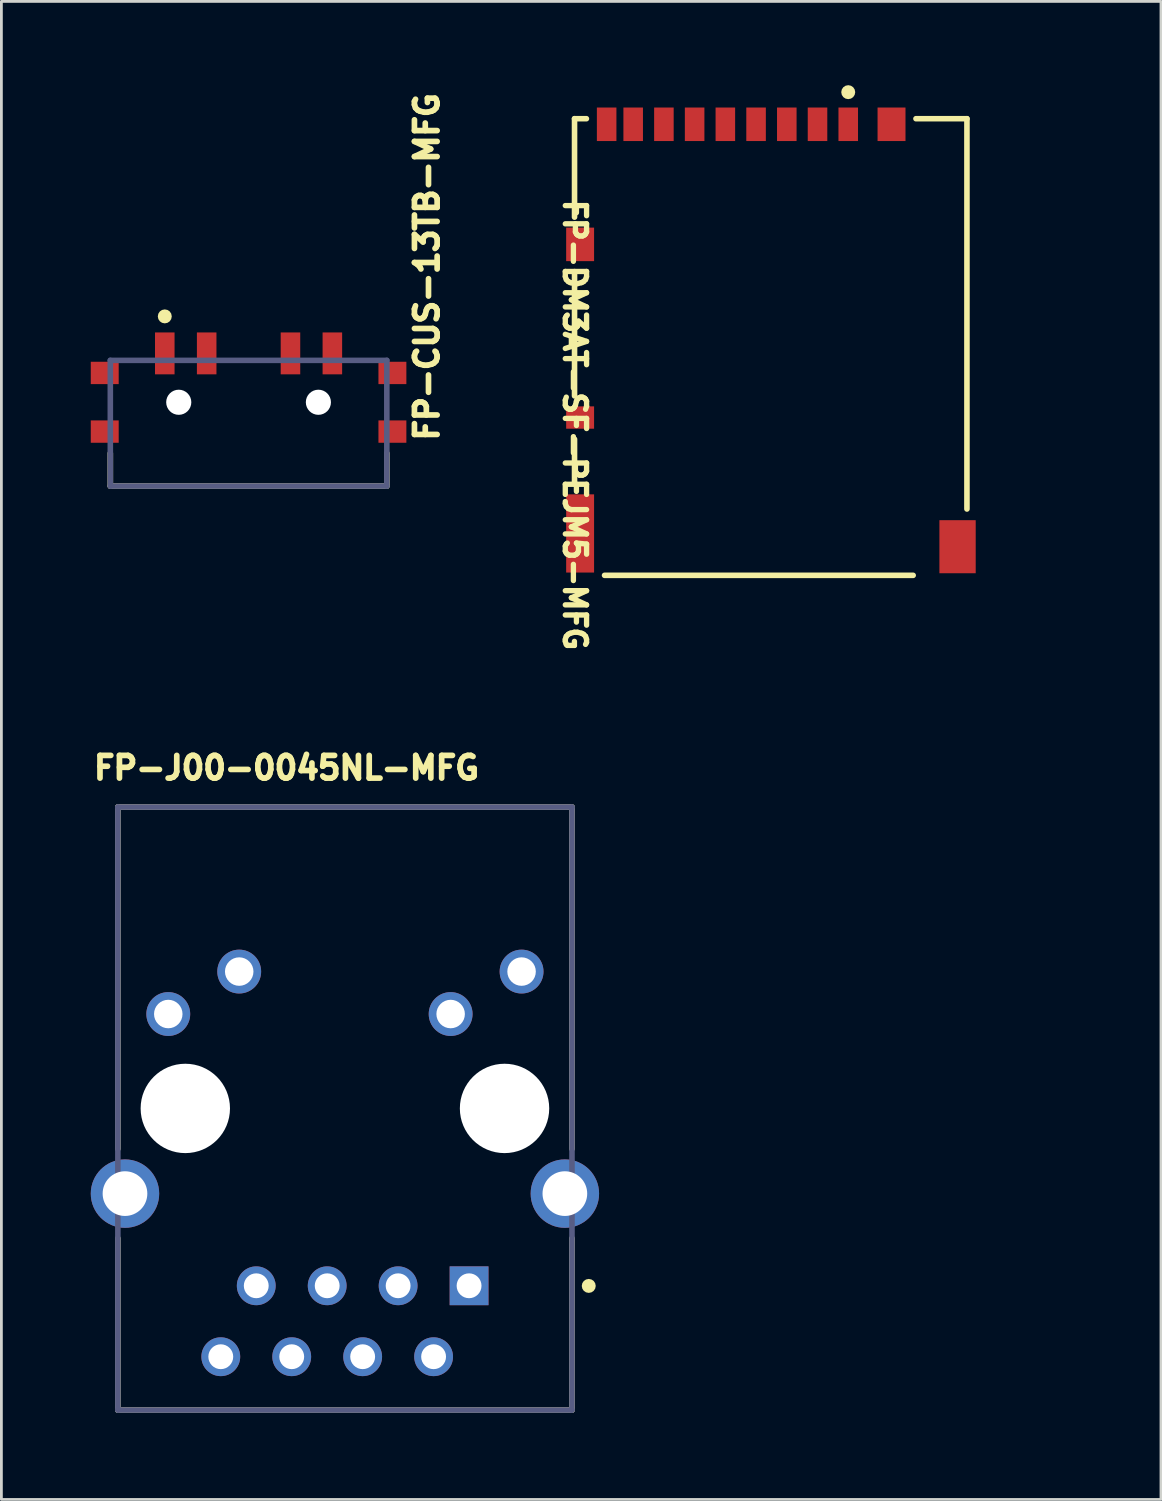
<source format=kicad_pcb>
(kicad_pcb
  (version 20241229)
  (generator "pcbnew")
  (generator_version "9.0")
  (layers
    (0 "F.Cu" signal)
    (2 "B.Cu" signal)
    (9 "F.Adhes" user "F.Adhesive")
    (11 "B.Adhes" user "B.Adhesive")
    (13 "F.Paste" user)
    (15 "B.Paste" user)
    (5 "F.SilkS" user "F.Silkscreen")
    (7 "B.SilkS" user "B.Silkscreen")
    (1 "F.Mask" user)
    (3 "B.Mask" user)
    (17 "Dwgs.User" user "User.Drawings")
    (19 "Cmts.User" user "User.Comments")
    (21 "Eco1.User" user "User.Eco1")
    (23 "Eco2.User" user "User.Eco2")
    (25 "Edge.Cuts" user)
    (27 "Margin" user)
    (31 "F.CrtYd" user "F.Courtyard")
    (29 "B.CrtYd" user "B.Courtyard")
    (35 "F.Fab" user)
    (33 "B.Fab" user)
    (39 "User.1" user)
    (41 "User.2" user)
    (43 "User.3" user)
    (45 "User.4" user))
  (footprint "FP-CUS-13TB-MFG"
    (layer "F.Cu")
    (at 5.85 12.103)
    (property "Reference" "FP-CUS-13TB-MFG" (at 6.862 0.729 90) (unlocked yes) (layer "F.SilkS") (effects (font (size 0.813 0.813) (thickness 0.203)) (justify left bottom)))
    (fp_line (start -4.95 2.25) (end -4.95 1.075) (stroke (width 0.2) (type solid)) (layer "F.SilkS"))
    (fp_line (start 4.95 2.25) (end -4.95 2.25) (stroke (width 0.2) (type solid)) (layer "F.SilkS"))
    (fp_line (start 4.95 2.25) (end 4.95 1.075) (stroke (width 0.2) (type solid)) (layer "F.SilkS"))
    (fp_circle (center -3 -3.825) (end -3.125 -3.825) (stroke (width 0.25) (type solid)) (fill no) (layer "F.SilkS"))
    (fp_line (start -5.75 2.35) (end -5.75 -3.35) (stroke (width 0.2) (type solid)) (layer "Eco1.User"))
    (fp_line (start 0 0.5) (end 0 -0.5) (stroke (width 0.1) (type solid)) (layer "Eco1.User"))
    (fp_line (start 0.5 0) (end -0.5 0) (stroke (width 0.1) (type solid)) (layer "Eco1.User"))
    (fp_line (start 5.75 -3.35) (end -5.75 -3.35) (stroke (width 0.2) (type solid)) (layer "Eco1.User"))
    (fp_line (start 5.75 2.35) (end -5.75 2.35) (stroke (width 0.2) (type solid)) (layer "Eco1.User"))
    (fp_line (start 5.75 2.35) (end 5.75 -3.35) (stroke (width 0.2) (type solid)) (layer "Eco1.User"))
    (fp_line (start -4.95 2.25) (end -4.95 -2.25) (stroke (width 0.2) (type solid)) (layer "B.Fab"))
    (fp_line (start 4.95 -2.25) (end -4.95 -2.25) (stroke (width 0.2) (type solid)) (layer "B.Fab"))
    (fp_line (start 4.95 2.25) (end -4.95 2.25) (stroke (width 0.2) (type solid)) (layer "B.Fab"))
    (fp_line (start 4.95 2.25) (end 4.95 -2.25) (stroke (width 0.2) (type solid)) (layer "B.Fab"))
    (fp_line (start -5.75 2.35) (end -5.75 -3.35) (stroke (width 0.2) (type solid)) (layer "User.5"))
    (fp_line (start 5.75 -3.35) (end -5.75 -3.35) (stroke (width 0.2) (type solid)) (layer "User.5"))
    (fp_line (start 5.75 2.35) (end -5.75 2.35) (stroke (width 0.2) (type solid)) (layer "User.5"))
    (fp_line (start 5.75 2.35) (end 5.75 -3.35) (stroke (width 0.2) (type solid)) (layer "User.5"))
    (fp_text user "${REFERENCE}" (at 0 -0.323 0) (unlocked yes) (layer "User.5") (effects (font (face "Arial") (size 0.63 0.63) (thickness 0.1)) (justify left bottom)))
    (pad "" np_thru_hole circle (at -2.5 -0.75) (size 0.9 0.9) (drill 0.9) (layers "*.Cu" "*.Mask"))
    (pad "" np_thru_hole circle (at 2.5 -0.75) (size 0.9 0.9) (drill 0.9) (layers "*.Cu" "*.Mask"))
    (pad "1" smd rect (at -3 -2.5) (size 0.7 1.5) (layers "F.Cu" "F.Mask" "F.Paste"))
    (pad "2" smd rect (at -1.5 -2.5) (size 0.7 1.5) (layers "F.Cu" "F.Mask" "F.Paste"))
    (pad "3" smd rect (at 1.5 -2.5) (size 0.7 1.5) (layers "F.Cu" "F.Mask" "F.Paste"))
    (pad "4" smd rect (at 3 -2.5) (size 0.7 1.5) (layers "F.Cu" "F.Mask" "F.Paste"))
    (pad "5" smd rect (at -5.15 -1.8) (size 1 0.8) (layers "F.Cu" "F.Mask" "F.Paste"))
    (pad "6" smd rect (at 5.15 -1.8) (size 1 0.8) (layers "F.Cu" "F.Mask" "F.Paste"))
    (pad "7" smd rect (at -5.15 0.3) (size 1 0.8) (layers "F.Cu" "F.Mask" "F.Paste"))
    (pad "8" smd rect (at 5.15 0.3) (size 1 0.8) (layers "F.Cu" "F.Mask" "F.Paste")))
  (footprint "FP-J00-0045NL-MFG"
    (layer "F.Cu")
    (at 9.3 36.642)
    (property "Reference" "FP-J00-0045NL-MFG" (at -9.097 -11.722 0) (unlocked yes) (layer "F.SilkS") (effects (font (size 0.813 0.813) (thickness 0.203)) (justify left bottom)))
    (fp_line (start -8.13 1.445) (end -8.13 -10.795) (stroke (width 0.2) (type solid)) (layer "F.SilkS"))
    (fp_line (start -8.13 10.795) (end -8.13 4.645) (stroke (width 0.2) (type solid)) (layer "F.SilkS"))
    (fp_line (start 8.13 -10.795) (end -8.13 -10.795) (stroke (width 0.2) (type solid)) (layer "F.SilkS"))
    (fp_line (start 8.13 1.445) (end 8.13 -10.795) (stroke (width 0.2) (type solid)) (layer "F.SilkS"))
    (fp_line (start 8.13 10.795) (end -8.13 10.795) (stroke (width 0.2) (type solid)) (layer "F.SilkS"))
    (fp_line (start 8.13 10.795) (end 8.13 4.645) (stroke (width 0.2) (type solid)) (layer "F.SilkS"))
    (fp_circle (center 8.73 6.35) (end 8.605 6.35) (stroke (width 0.25) (type solid)) (fill no) (layer "F.SilkS"))
    (fp_line (start -9.2 10.895) (end -9.2 -10.895) (stroke (width 0.2) (type solid)) (layer "Eco1.User"))
    (fp_line (start 0 0.5) (end 0 -0.5) (stroke (width 0.1) (type solid)) (layer "Eco1.User"))
    (fp_line (start 0.5 0) (end -0.5 0) (stroke (width 0.1) (type solid)) (layer "Eco1.User"))
    (fp_line (start 9.2 -10.895) (end -9.2 -10.895) (stroke (width 0.2) (type solid)) (layer "Eco1.User"))
    (fp_line (start 9.2 10.895) (end -9.2 10.895) (stroke (width 0.2) (type solid)) (layer "Eco1.User"))
    (fp_line (start 9.2 10.895) (end 9.2 -10.895) (stroke (width 0.2) (type solid)) (layer "Eco1.User"))
    (fp_line (start -8.13 10.795) (end -8.13 -10.795) (stroke (width 0.2) (type solid)) (layer "B.Fab"))
    (fp_line (start 8.13 -10.795) (end -8.13 -10.795) (stroke (width 0.2) (type solid)) (layer "B.Fab"))
    (fp_line (start 8.13 10.795) (end -8.13 10.795) (stroke (width 0.2) (type solid)) (layer "B.Fab"))
    (fp_line (start 8.13 10.795) (end 8.13 -10.795) (stroke (width 0.2) (type solid)) (layer "B.Fab"))
    (fp_line (start -9.2 10.895) (end -9.2 -10.895) (stroke (width 0.2) (type solid)) (layer "User.5"))
    (fp_line (start 9.2 -10.895) (end -9.2 -10.895) (stroke (width 0.2) (type solid)) (layer "User.5"))
    (fp_line (start 9.2 10.895) (end -9.2 10.895) (stroke (width 0.2) (type solid)) (layer "User.5"))
    (fp_line (start 9.2 10.895) (end 9.2 -10.895) (stroke (width 0.2) (type solid)) (layer "User.5"))
    (fp_text user "${REFERENCE}" (at -0.002 0.177 0) (unlocked yes) (layer "User.5") (effects (font (face "Arial") (size 0.63 0.63) (thickness 0.1)) (justify left bottom)))
    (pad "" np_thru_hole circle (at -5.715 -0.005) (size 3.2 3.2) (drill 3.2) (layers "*.Cu" "*.Mask"))
    (pad "" np_thru_hole circle (at 5.715 -0.005) (size 3.2 3.2) (drill 3.2) (layers "*.Cu" "*.Mask"))
    (pad "1" thru_hole rect (at 4.445 6.345) (size 1.39 1.39) (drill 0.89) (layers "*.Cu" "*.Mask"))
    (pad "2" thru_hole circle (at 3.175 8.885) (size 1.39 1.39) (drill 0.89) (layers "*.Cu" "*.Mask"))
    (pad "3" thru_hole circle (at 1.905 6.345) (size 1.39 1.39) (drill 0.89) (layers "*.Cu" "*.Mask"))
    (pad "4" thru_hole circle (at 0.635 8.885) (size 1.39 1.39) (drill 0.89) (layers "*.Cu" "*.Mask"))
    (pad "5" thru_hole circle (at -0.635 6.345) (size 1.39 1.39) (drill 0.89) (layers "*.Cu" "*.Mask"))
    (pad "6" thru_hole circle (at -1.905 8.885) (size 1.39 1.39) (drill 0.89) (layers "*.Cu" "*.Mask"))
    (pad "7" thru_hole circle (at -3.175 6.345) (size 1.39 1.39) (drill 0.89) (layers "*.Cu" "*.Mask"))
    (pad "8" thru_hole circle (at -4.445 8.885) (size 1.39 1.39) (drill 0.89) (layers "*.Cu" "*.Mask"))
    (pad "9" thru_hole circle (at 6.325 -4.905) (size 1.57 1.57) (drill 1.02) (layers "*.Cu" "*.Mask"))
    (pad "10" thru_hole circle (at 3.785 -3.385) (size 1.57 1.57) (drill 1.02) (layers "*.Cu" "*.Mask"))
    (pad "11" thru_hole circle (at -3.785 -4.905) (size 1.57 1.57) (drill 1.02) (layers "*.Cu" "*.Mask"))
    (pad "12" thru_hole circle (at -6.325 -3.385) (size 1.57 1.57) (drill 1.02) (layers "*.Cu" "*.Mask"))
    (pad "13" thru_hole circle (at -7.875 3.045) (size 2.45 2.45) (drill 1.6) (layers "*.Cu" "*.Mask"))
    (pad "14" thru_hole circle (at 7.875 3.045) (size 2.45 2.45) (drill 1.6) (layers "*.Cu" "*.Mask")))
  (footprint "FP-DM3AT-SF-PEJM5-MFG"
    (layer "F.Cu")
    (at 24.546 9.375)
    (property "Reference" "FP-DM3AT-SF-PEJM5-MFG" (at -7.459 -5.371 270) (unlocked yes) (layer "F.SilkS") (effects (font (size 0.762 0.762) (thickness 0.254)) (justify left bottom)))
    (fp_line (start -7.025 -8.175) (end -6.6 -8.175) (stroke (width 0.2) (type solid)) (layer "F.SilkS"))
    (fp_line (start -7.025 -4.65) (end -7.025 -8.175) (stroke (width 0.2) (type solid)) (layer "F.SilkS"))
    (fp_line (start -7.025 1.75) (end -7.025 -2.7) (stroke (width 0.2) (type solid)) (layer "F.SilkS"))
    (fp_line (start -7.025 4.9) (end -7.025 3.3) (stroke (width 0.2) (type solid)) (layer "F.SilkS"))
    (fp_line (start -5.95 8.175) (end 5.1 8.175) (stroke (width 0.2) (type solid)) (layer "F.SilkS"))
    (fp_line (start 5.2 -8.175) (end 7.025 -8.175) (stroke (width 0.2) (type solid)) (layer "F.SilkS"))
    (fp_line (start 7.025 5.8) (end 7.025 -8.175) (stroke (width 0.2) (type solid)) (layer "F.SilkS"))
    (fp_circle (center 2.775 -9.125) (end 2.65 -9.125) (stroke (width 0.25) (type solid)) (fill no) (layer "F.SilkS"))
    (fp_line (start -7.425 -8.675) (end 7.425 -8.675) (stroke (width 0.2) (type solid)) (layer "Eco1.User"))
    (fp_line (start -7.425 8.275) (end -7.425 -8.675) (stroke (width 0.2) (type solid)) (layer "Eco1.User"))
    (fp_line (start -7.425 8.275) (end 7.425 8.275) (stroke (width 0.2) (type solid)) (layer "Eco1.User"))
    (fp_line (start -7.425 -8.675) (end 7.425 -8.675) (stroke (width 0.2) (type solid)) (layer "Eco1.User"))
    (fp_line (start -7.425 8.275) (end -7.425 -8.675) (stroke (width 0.2) (type solid)) (layer "Eco1.User"))
    (fp_line (start -7.425 8.275) (end 7.425 8.275) (stroke (width 0.2) (type solid)) (layer "Eco1.User"))
    (fp_line (start -7.025 -8.175) (end 7.025 -8.175) (stroke (width 0.2) (type solid)) (layer "Eco1.User"))
    (fp_line (start -7.025 8.175) (end -7.025 -8.175) (stroke (width 0.2) (type solid)) (layer "Eco1.User"))
    (fp_line (start -7.025 8.175) (end 7.025 8.175) (stroke (width 0.2) (type solid)) (layer "Eco1.User"))
    (fp_line (start -0.5 0) (end 0.5 0) (stroke (width 0.1) (type solid)) (layer "Eco1.User"))
    (fp_line (start -0.5 0) (end 0.5 0) (stroke (width 0.1) (type solid)) (layer "Eco1.User"))
    (fp_line (start 0 0.5) (end 0 -0.5) (stroke (width 0.1) (type solid)) (layer "Eco1.User"))
    (fp_line (start 0 0.5) (end 0 -0.5) (stroke (width 0.1) (type solid)) (layer "Eco1.User"))
    (fp_line (start 7.025 8.175) (end 7.025 -8.175) (stroke (width 0.2) (type solid)) (layer "Eco1.User"))
    (fp_line (start 7.425 8.275) (end 7.425 -8.675) (stroke (width 0.2) (type solid)) (layer "Eco1.User"))
    (fp_line (start 7.425 8.275) (end 7.425 -8.675) (stroke (width 0.2) (type solid)) (layer "Eco1.User"))
    (fp_text user "${REFERENCE}" (at 0 -0.022 180) (unlocked yes) (layer "Eco1.User") (effects (font (face "Arial") (size 0.63 0.63) (thickness 0.1)) (justify left bottom mirror)))
    (pad "1" smd rect (at 2.775 -7.975 180) (size 0.7 1.2) (layers "F.Cu" "F.Mask" "F.Paste"))
    (pad "2" smd rect (at 1.675 -7.975 180) (size 0.7 1.2) (layers "F.Cu" "F.Mask" "F.Paste"))
    (pad "3" smd rect (at 0.575 -7.975 180) (size 0.7 1.2) (layers "F.Cu" "F.Mask" "F.Paste"))
    (pad "4" smd rect (at -0.525 -7.975 180) (size 0.7 1.2) (layers "F.Cu" "F.Mask" "F.Paste"))
    (pad "5" smd rect (at -1.625 -7.975 180) (size 0.7 1.2) (layers "F.Cu" "F.Mask" "F.Paste"))
    (pad "6" smd rect (at -2.725 -7.975 180) (size 0.7 1.2) (layers "F.Cu" "F.Mask" "F.Paste"))
    (pad "7" smd rect (at -3.825 -7.975 180) (size 0.7 1.2) (layers "F.Cu" "F.Mask" "F.Paste"))
    (pad "8" smd rect (at -4.925 -7.975 180) (size 0.7 1.2) (layers "F.Cu" "F.Mask" "F.Paste"))
    (pad "9" smd rect (at -5.875 -7.975 180) (size 0.7 1.2) (layers "F.Cu" "F.Mask" "F.Paste"))
    (pad "10" smd rect (at -6.825 2.525 180) (size 1 0.8) (layers "F.Cu" "F.Mask" "F.Paste"))
    (pad "11" smd rect (at 4.325 -7.975 180) (size 1 1.2) (layers "F.Cu" "F.Mask" "F.Paste"))
    (pad "12" smd rect (at -6.825 -3.675 180) (size 1 1.2) (layers "F.Cu" "F.Mask" "F.Paste"))
    (pad "13" connect rect (at -6.825 6.675 180) (size 1 2.8) (layers "F.Cu" "F.Mask"))
    (pad "14" connect rect (at 6.689 7.15 180) (size 1.3 1.9) (layers "F.Cu" "F.Mask"))
    (zone (net_name "") (layer "F.Cu") (hatch edge 0.5) (connect_pads) (min_thickness 0.25) (filled_areas_thickness no) (keepout (tracks not_allowed) (vias not_allowed) (pads not_allowed) (copperpour not_allowed) (footprints allowed)) (placement (enabled no)) (fill) (polygon (pts (xy 17.296 1.85) (xy 17.296 5.1) (xy 18.046 5.1) (xy 18.046 1.85))))
    (zone (net_name "") (layer "F.Cu") (hatch edge 0.5) (connect_pads) (min_thickness 0.25) (filled_areas_thickness no) (keepout (tracks not_allowed) (vias not_allowed) (pads not_allowed) (copperpour not_allowed) (footprints allowed)) (placement (enabled no)) (fill) (polygon (pts (xy 17.296 6.3) (xy 17.296 9.9) (xy 18.046 9.9) (xy 18.046 6.3))))
    (zone (net_name "") (layer "F.Cu") (hatch edge 0.5) (connect_pads) (min_thickness 0.25) (filled_areas_thickness no) (keepout (tracks not_allowed) (vias not_allowed) (pads not_allowed) (copperpour not_allowed) (footprints allowed)) (placement (enabled no)) (fill) (polygon (pts (xy 18.396 7.701) (xy 18.396 15.301) (xy 19.096 15.301) (xy 19.096 7.701))))
    (zone (net_name "") (layer "F.Cu") (hatch edge 0.5) (connect_pads) (min_thickness 0.25) (filled_areas_thickness no) (keepout (tracks not_allowed) (vias not_allowed) (pads not_allowed) (copperpour not_allowed) (footprints allowed)) (placement (enabled no)) (fill) (polygon (pts (xy 19.096 6.4) (xy 19.096 8) (xy 27.796 8) (xy 27.796 6.4))))
    (zone (net_name "") (layer "F.Cu") (hatch edge 0.5) (connect_pads) (min_thickness 0.25) (filled_areas_thickness no) (keepout (tracks not_allowed) (vias not_allowed) (pads not_allowed) (copperpour not_allowed) (footprints allowed)) (placement (enabled no)) (fill) (polygon (pts (xy 27.446 16.1) (xy 27.446 17.45) (xy 29.996 17.45) (xy 29.996 16.1)))))
  (gr_rect
    (start -3 -3)
    (end 38.519 50.637)
    (stroke (width 0.1) (type default))
    (fill no)
    (layer "Edge.Cuts")))
</source>
